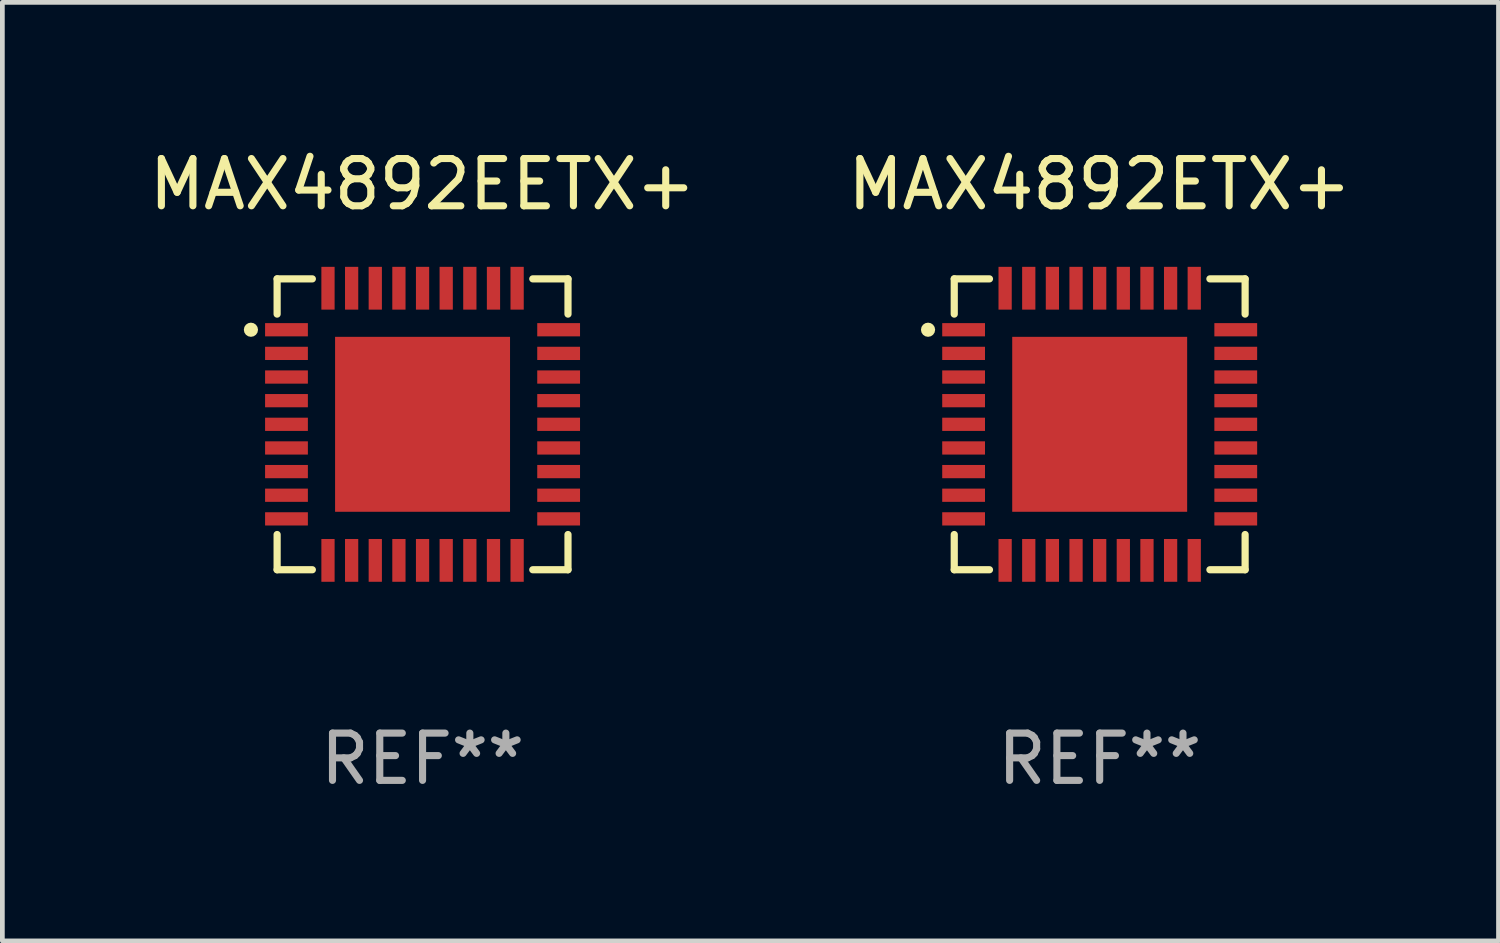
<source format=kicad_pcb>
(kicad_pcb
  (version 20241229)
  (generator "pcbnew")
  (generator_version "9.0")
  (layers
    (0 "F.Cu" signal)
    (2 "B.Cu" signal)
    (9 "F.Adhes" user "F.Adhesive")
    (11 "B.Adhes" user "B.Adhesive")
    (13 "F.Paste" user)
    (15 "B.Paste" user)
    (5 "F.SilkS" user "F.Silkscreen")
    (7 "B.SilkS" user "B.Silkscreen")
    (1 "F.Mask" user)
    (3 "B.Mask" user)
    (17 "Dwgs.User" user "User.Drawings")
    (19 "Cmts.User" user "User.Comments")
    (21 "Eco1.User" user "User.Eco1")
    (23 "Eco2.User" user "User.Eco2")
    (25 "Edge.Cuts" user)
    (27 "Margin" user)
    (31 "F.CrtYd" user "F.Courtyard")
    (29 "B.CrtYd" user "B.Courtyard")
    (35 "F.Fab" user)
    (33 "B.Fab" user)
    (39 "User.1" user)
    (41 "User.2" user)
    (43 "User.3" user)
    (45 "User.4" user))
  (footprint "MAX4892ETX+"
    (layer "F.Cu")
    (at 20.208 5.924)
    (property "Reference" "MAX4892ETX+" (at 0 -5.076 0) (layer "F.SilkS") (effects (font (size 1 1) (thickness 0.15))))
    (attr through_hole)
    (fp_line (start -3.076 -3.076) (end -3.076 -2.331) (stroke (width 0.152) (type solid)) (layer "F.SilkS"))
    (fp_line (start -3.076 3.076) (end -3.076 2.331) (stroke (width 0.152) (type solid)) (layer "F.SilkS"))
    (fp_line (start -2.331 -3.076) (end -3.076 -3.076) (stroke (width 0.152) (type solid)) (layer "F.SilkS"))
    (fp_line (start -2.331 3.076) (end -3.076 3.076) (stroke (width 0.152) (type solid)) (layer "F.SilkS"))
    (fp_line (start 2.331 -3.076) (end 3.076 -3.076) (stroke (width 0.152) (type solid)) (layer "F.SilkS"))
    (fp_line (start 2.331 3.076) (end 3.076 3.076) (stroke (width 0.152) (type solid)) (layer "F.SilkS"))
    (fp_line (start 3.076 -3.076) (end 3.076 -2.331) (stroke (width 0.152) (type solid)) (layer "F.SilkS"))
    (fp_line (start 3.076 3.076) (end 3.076 2.331) (stroke (width 0.152) (type solid)) (layer "F.SilkS"))
    (fp_circle (center -3.63 -2) (end -3.555 -2) (stroke (width 0.15) (type solid)) (fill no) (layer "F.SilkS"))
    (fp_text user "REF**" (at 0 7.076 0) (layer "F.Fab") (effects (font (size 1 1) (thickness 0.15))))
    (pad "1" smd rect (at -2.878 -2) (size 0.905 0.28) (layers "F.Cu" "F.Mask" "F.Paste"))
    (pad "2" smd rect (at -2.878 -1.5) (size 0.905 0.28) (layers "F.Cu" "F.Mask" "F.Paste"))
    (pad "3" smd rect (at -2.878 -1) (size 0.905 0.28) (layers "F.Cu" "F.Mask" "F.Paste"))
    (pad "4" smd rect (at -2.878 -0.5) (size 0.905 0.28) (layers "F.Cu" "F.Mask" "F.Paste"))
    (pad "5" smd rect (at -2.878 0) (size 0.905 0.28) (layers "F.Cu" "F.Mask" "F.Paste"))
    (pad "6" smd rect (at -2.878 0.5) (size 0.905 0.28) (layers "F.Cu" "F.Mask" "F.Paste"))
    (pad "7" smd rect (at -2.878 1) (size 0.905 0.28) (layers "F.Cu" "F.Mask" "F.Paste"))
    (pad "8" smd rect (at -2.878 1.5) (size 0.905 0.28) (layers "F.Cu" "F.Mask" "F.Paste"))
    (pad "9" smd rect (at -2.878 2) (size 0.905 0.28) (layers "F.Cu" "F.Mask" "F.Paste"))
    (pad "10" smd rect (at -2 2.878) (size 0.28 0.905) (layers "F.Cu" "F.Mask" "F.Paste"))
    (pad "11" smd rect (at -1.5 2.878) (size 0.28 0.905) (layers "F.Cu" "F.Mask" "F.Paste"))
    (pad "12" smd rect (at -1 2.878) (size 0.28 0.905) (layers "F.Cu" "F.Mask" "F.Paste"))
    (pad "13" smd rect (at -0.5 2.878) (size 0.28 0.905) (layers "F.Cu" "F.Mask" "F.Paste"))
    (pad "14" smd rect (at 0 2.878) (size 0.28 0.905) (layers "F.Cu" "F.Mask" "F.Paste"))
    (pad "15" smd rect (at 0.5 2.878) (size 0.28 0.905) (layers "F.Cu" "F.Mask" "F.Paste"))
    (pad "16" smd rect (at 1 2.878) (size 0.28 0.905) (layers "F.Cu" "F.Mask" "F.Paste"))
    (pad "17" smd rect (at 1.5 2.878) (size 0.28 0.905) (layers "F.Cu" "F.Mask" "F.Paste"))
    (pad "18" smd rect (at 2 2.878) (size 0.28 0.905) (layers "F.Cu" "F.Mask" "F.Paste"))
    (pad "19" smd rect (at 2.878 2) (size 0.905 0.28) (layers "F.Cu" "F.Mask" "F.Paste"))
    (pad "20" smd rect (at 2.878 1.5) (size 0.905 0.28) (layers "F.Cu" "F.Mask" "F.Paste"))
    (pad "21" smd rect (at 2.878 1) (size 0.905 0.28) (layers "F.Cu" "F.Mask" "F.Paste"))
    (pad "22" smd rect (at 2.878 0.5) (size 0.905 0.28) (layers "F.Cu" "F.Mask" "F.Paste"))
    (pad "23" smd rect (at 2.878 0) (size 0.905 0.28) (layers "F.Cu" "F.Mask" "F.Paste"))
    (pad "24" smd rect (at 2.878 -0.5) (size 0.905 0.28) (layers "F.Cu" "F.Mask" "F.Paste"))
    (pad "25" smd rect (at 2.878 -1) (size 0.905 0.28) (layers "F.Cu" "F.Mask" "F.Paste"))
    (pad "26" smd rect (at 2.878 -1.5) (size 0.905 0.28) (layers "F.Cu" "F.Mask" "F.Paste"))
    (pad "27" smd rect (at 2.878 -2) (size 0.905 0.28) (layers "F.Cu" "F.Mask" "F.Paste"))
    (pad "28" smd rect (at 2 -2.878) (size 0.28 0.905) (layers "F.Cu" "F.Mask" "F.Paste"))
    (pad "29" smd rect (at 1.5 -2.878) (size 0.28 0.905) (layers "F.Cu" "F.Mask" "F.Paste"))
    (pad "30" smd rect (at 1 -2.878) (size 0.28 0.905) (layers "F.Cu" "F.Mask" "F.Paste"))
    (pad "31" smd rect (at 0.5 -2.878) (size 0.28 0.905) (layers "F.Cu" "F.Mask" "F.Paste"))
    (pad "32" smd rect (at 0 -2.878) (size 0.28 0.905) (layers "F.Cu" "F.Mask" "F.Paste"))
    (pad "33" smd rect (at -0.5 -2.878) (size 0.28 0.905) (layers "F.Cu" "F.Mask" "F.Paste"))
    (pad "34" smd rect (at -1 -2.878) (size 0.28 0.905) (layers "F.Cu" "F.Mask" "F.Paste"))
    (pad "35" smd rect (at -1.5 -2.878) (size 0.28 0.905) (layers "F.Cu" "F.Mask" "F.Paste"))
    (pad "36" smd rect (at -2 -2.878) (size 0.28 0.905) (layers "F.Cu" "F.Mask" "F.Paste"))
    (pad "37" smd rect (at 0 0) (size 3.7 3.7) (layers "F.Cu" "F.Mask" "F.Paste")))
  (footprint "MAX4892EETX+"
    (layer "F.Cu")
    (at 5.887 5.924)
    (property "Reference" "MAX4892EETX+" (at 0 -5.076 0) (layer "F.SilkS") (effects (font (size 1 1) (thickness 0.15))))
    (attr through_hole)
    (fp_line (start -3.076 -3.076) (end -3.076 -2.331) (stroke (width 0.152) (type solid)) (layer "F.SilkS"))
    (fp_line (start -3.076 3.076) (end -3.076 2.331) (stroke (width 0.152) (type solid)) (layer "F.SilkS"))
    (fp_line (start -2.331 -3.076) (end -3.076 -3.076) (stroke (width 0.152) (type solid)) (layer "F.SilkS"))
    (fp_line (start -2.331 3.076) (end -3.076 3.076) (stroke (width 0.152) (type solid)) (layer "F.SilkS"))
    (fp_line (start 2.331 -3.076) (end 3.076 -3.076) (stroke (width 0.152) (type solid)) (layer "F.SilkS"))
    (fp_line (start 2.331 3.076) (end 3.076 3.076) (stroke (width 0.152) (type solid)) (layer "F.SilkS"))
    (fp_line (start 3.076 -3.076) (end 3.076 -2.331) (stroke (width 0.152) (type solid)) (layer "F.SilkS"))
    (fp_line (start 3.076 3.076) (end 3.076 2.331) (stroke (width 0.152) (type solid)) (layer "F.SilkS"))
    (fp_circle (center -3.63 -2) (end -3.555 -2) (stroke (width 0.15) (type solid)) (fill no) (layer "F.SilkS"))
    (fp_text user "REF**" (at 0 7.076 0) (layer "F.Fab") (effects (font (size 1 1) (thickness 0.15))))
    (pad "1" smd rect (at -2.878 -2) (size 0.905 0.28) (layers "F.Cu" "F.Mask" "F.Paste"))
    (pad "2" smd rect (at -2.878 -1.5) (size 0.905 0.28) (layers "F.Cu" "F.Mask" "F.Paste"))
    (pad "3" smd rect (at -2.878 -1) (size 0.905 0.28) (layers "F.Cu" "F.Mask" "F.Paste"))
    (pad "4" smd rect (at -2.878 -0.5) (size 0.905 0.28) (layers "F.Cu" "F.Mask" "F.Paste"))
    (pad "5" smd rect (at -2.878 0) (size 0.905 0.28) (layers "F.Cu" "F.Mask" "F.Paste"))
    (pad "6" smd rect (at -2.878 0.5) (size 0.905 0.28) (layers "F.Cu" "F.Mask" "F.Paste"))
    (pad "7" smd rect (at -2.878 1) (size 0.905 0.28) (layers "F.Cu" "F.Mask" "F.Paste"))
    (pad "8" smd rect (at -2.878 1.5) (size 0.905 0.28) (layers "F.Cu" "F.Mask" "F.Paste"))
    (pad "9" smd rect (at -2.878 2) (size 0.905 0.28) (layers "F.Cu" "F.Mask" "F.Paste"))
    (pad "10" smd rect (at -2 2.878) (size 0.28 0.905) (layers "F.Cu" "F.Mask" "F.Paste"))
    (pad "11" smd rect (at -1.5 2.878) (size 0.28 0.905) (layers "F.Cu" "F.Mask" "F.Paste"))
    (pad "12" smd rect (at -1 2.878) (size 0.28 0.905) (layers "F.Cu" "F.Mask" "F.Paste"))
    (pad "13" smd rect (at -0.5 2.878) (size 0.28 0.905) (layers "F.Cu" "F.Mask" "F.Paste"))
    (pad "14" smd rect (at 0 2.878) (size 0.28 0.905) (layers "F.Cu" "F.Mask" "F.Paste"))
    (pad "15" smd rect (at 0.5 2.878) (size 0.28 0.905) (layers "F.Cu" "F.Mask" "F.Paste"))
    (pad "16" smd rect (at 1 2.878) (size 0.28 0.905) (layers "F.Cu" "F.Mask" "F.Paste"))
    (pad "17" smd rect (at 1.5 2.878) (size 0.28 0.905) (layers "F.Cu" "F.Mask" "F.Paste"))
    (pad "18" smd rect (at 2 2.878) (size 0.28 0.905) (layers "F.Cu" "F.Mask" "F.Paste"))
    (pad "19" smd rect (at 2.878 2) (size 0.905 0.28) (layers "F.Cu" "F.Mask" "F.Paste"))
    (pad "20" smd rect (at 2.878 1.5) (size 0.905 0.28) (layers "F.Cu" "F.Mask" "F.Paste"))
    (pad "21" smd rect (at 2.878 1) (size 0.905 0.28) (layers "F.Cu" "F.Mask" "F.Paste"))
    (pad "22" smd rect (at 2.878 0.5) (size 0.905 0.28) (layers "F.Cu" "F.Mask" "F.Paste"))
    (pad "23" smd rect (at 2.878 0) (size 0.905 0.28) (layers "F.Cu" "F.Mask" "F.Paste"))
    (pad "24" smd rect (at 2.878 -0.5) (size 0.905 0.28) (layers "F.Cu" "F.Mask" "F.Paste"))
    (pad "25" smd rect (at 2.878 -1) (size 0.905 0.28) (layers "F.Cu" "F.Mask" "F.Paste"))
    (pad "26" smd rect (at 2.878 -1.5) (size 0.905 0.28) (layers "F.Cu" "F.Mask" "F.Paste"))
    (pad "27" smd rect (at 2.878 -2) (size 0.905 0.28) (layers "F.Cu" "F.Mask" "F.Paste"))
    (pad "28" smd rect (at 2 -2.878) (size 0.28 0.905) (layers "F.Cu" "F.Mask" "F.Paste"))
    (pad "29" smd rect (at 1.5 -2.878) (size 0.28 0.905) (layers "F.Cu" "F.Mask" "F.Paste"))
    (pad "30" smd rect (at 1 -2.878) (size 0.28 0.905) (layers "F.Cu" "F.Mask" "F.Paste"))
    (pad "31" smd rect (at 0.5 -2.878) (size 0.28 0.905) (layers "F.Cu" "F.Mask" "F.Paste"))
    (pad "32" smd rect (at 0 -2.878) (size 0.28 0.905) (layers "F.Cu" "F.Mask" "F.Paste"))
    (pad "33" smd rect (at -0.5 -2.878) (size 0.28 0.905) (layers "F.Cu" "F.Mask" "F.Paste"))
    (pad "34" smd rect (at -1 -2.878) (size 0.28 0.905) (layers "F.Cu" "F.Mask" "F.Paste"))
    (pad "35" smd rect (at -1.5 -2.878) (size 0.28 0.905) (layers "F.Cu" "F.Mask" "F.Paste"))
    (pad "36" smd rect (at -2 -2.878) (size 0.28 0.905) (layers "F.Cu" "F.Mask" "F.Paste"))
    (pad "37" smd rect (at 0 0) (size 3.7 3.7) (layers "F.Cu" "F.Mask" "F.Paste")))
  (gr_rect
    (start -3 -3)
    (end 28.643 16.849)
    (stroke (width 0.1) (type default))
    (fill no)
    (layer "Edge.Cuts")))
</source>
